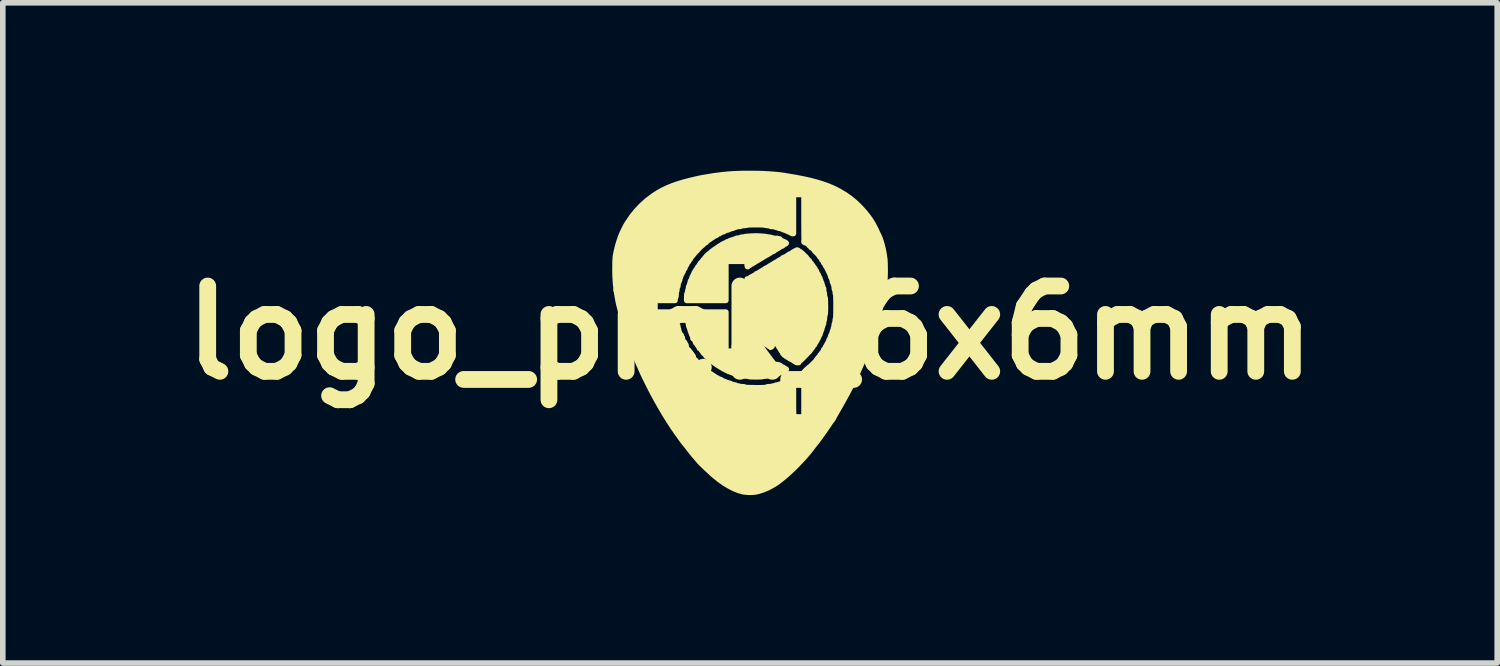
<source format=kicad_pcb>
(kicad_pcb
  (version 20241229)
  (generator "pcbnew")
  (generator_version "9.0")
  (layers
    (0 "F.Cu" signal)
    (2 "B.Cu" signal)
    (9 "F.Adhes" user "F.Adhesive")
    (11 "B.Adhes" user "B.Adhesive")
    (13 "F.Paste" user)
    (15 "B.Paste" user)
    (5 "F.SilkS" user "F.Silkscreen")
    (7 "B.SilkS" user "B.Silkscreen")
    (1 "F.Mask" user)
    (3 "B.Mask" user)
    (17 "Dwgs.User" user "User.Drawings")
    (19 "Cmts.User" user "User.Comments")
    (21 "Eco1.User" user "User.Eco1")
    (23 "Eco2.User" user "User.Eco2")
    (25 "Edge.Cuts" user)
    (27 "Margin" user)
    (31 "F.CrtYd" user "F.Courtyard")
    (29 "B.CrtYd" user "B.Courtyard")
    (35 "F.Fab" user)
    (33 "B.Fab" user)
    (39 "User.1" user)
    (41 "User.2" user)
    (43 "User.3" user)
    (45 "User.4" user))
  (footprint "logo_pick_6x6mm"
    (layer "F.Cu")
    (at 10.349 2.894)
    (property "Reference" "logo_pick_6x6mm" (at 0 0 0) (layer "F.SilkS") (effects (font (size 1.524 1.524) (thickness 0.3))))
    (attr through_hole)
    (fp_poly (pts (xy -1.105 0.308) (xy -1.108 0.311) (xy -1.111 0.308) (xy -1.108 0.305) (xy -1.105 0.308)) (stroke (width 0.1) (type solid)) (fill yes) (layer "F.SilkS"))
    (fp_poly (pts (xy -1.048 0.378) (xy -1.051 0.381) (xy -1.054 0.378) (xy -1.051 0.375) (xy -1.048 0.378)) (stroke (width 0.1) (type solid)) (fill yes) (layer "F.SilkS"))
    (fp_poly (pts (xy -1.016 0.422) (xy -1.019 0.425) (xy -1.022 0.422) (xy -1.019 0.419) (xy -1.016 0.422)) (stroke (width 0.1) (type solid)) (fill yes) (layer "F.SilkS"))
    (fp_poly (pts (xy 0.972 -1.622) (xy 0.968 -1.619) (xy 0.965 -1.622) (xy 0.968 -1.626) (xy 0.972 -1.622)) (stroke (width 0.1) (type solid)) (fill yes) (layer "F.SilkS"))
    (fp_poly (pts (xy -1.208 0.099) (xy -1.209 0.099) (xy -1.212 0.099) (xy -1.213 0.095) (xy -1.211 0.09) (xy -1.209 0.091) (xy -1.208 0.099)) (stroke (width 0.1) (type solid)) (fill yes) (layer "F.SilkS"))
    (fp_poly (pts (xy -1.164 0.186) (xy -1.165 0.19) (xy -1.168 0.191) (xy -1.174 0.188) (xy -1.173 0.186) (xy -1.165 0.186) (xy -1.164 0.186)) (stroke (width 0.1) (type solid)) (fill yes) (layer "F.SilkS"))
    (fp_poly (pts (xy -1.144 0.226) (xy -1.145 0.226) (xy -1.149 0.226) (xy -1.149 0.222) (xy -1.147 0.217) (xy -1.145 0.218) (xy -1.144 0.226)) (stroke (width 0.1) (type solid)) (fill yes) (layer "F.SilkS"))
    (fp_poly (pts (xy -1.037 0.396) (xy -1.038 0.4) (xy -1.041 0.4) (xy -1.047 0.398) (xy -1.046 0.396) (xy -1.038 0.395) (xy -1.037 0.396)) (stroke (width 0.1) (type solid)) (fill yes) (layer "F.SilkS"))
    (fp_poly (pts (xy 0.531 -1.674) (xy 0.53 -1.671) (xy 0.527 -1.67) (xy 0.522 -1.672) (xy 0.523 -1.674) (xy 0.53 -1.675) (xy 0.531 -1.674)) (stroke (width 0.1) (type solid)) (fill yes) (layer "F.SilkS"))
    (fp_poly (pts (xy -1.228 0.048) (xy -1.229 0.051) (xy -1.234 0.057) (xy -1.235 0.057) (xy -1.238 0.052) (xy -1.238 0.051) (xy -1.233 0.045) (xy -1.232 0.044) (xy -1.228 0.048)) (stroke (width 0.1) (type solid)) (fill yes) (layer "F.SilkS"))
    (fp_poly (pts (xy -1.067 0.353) (xy -1.072 0.356) (xy -1.073 0.356) (xy -1.079 0.351) (xy -1.079 0.349) (xy -1.076 0.345) (xy -1.073 0.346) (xy -1.067 0.352) (xy -1.067 0.353)) (stroke (width 0.1) (type solid)) (fill yes) (layer "F.SilkS"))
    (fp_poly (pts (xy 0.648 0.654) (xy 0.643 0.66) (xy 0.638 0.66) (xy 0.63 0.664) (xy 0.629 0.667) (xy 0.623 0.673) (xy 0.613 0.677) (xy 0.601 0.682) (xy 0.597 0.686) (xy 0.591 0.69) (xy 0.578 0.692) (xy 0.575 0.692) (xy 0.558 0.695) (xy 0.55 0.702) (xy 0.542 0.71) (xy 0.534 0.711) (xy 0.523 0.714) (xy 0.521 0.718) (xy 0.515 0.722) (xy 0.501 0.724) (xy 0.496 0.724) (xy 0.477 0.726) (xy 0.464 0.731) (xy 0.462 0.732) (xy 0.451 0.738) (xy 0.433 0.742) (xy 0.432 0.742) (xy 0.416 0.745) (xy 0.408 0.749) (xy 0.407 0.75) (xy 0.4 0.753) (xy 0.385 0.755) (xy 0.378 0.756) (xy 0.355 0.758) (xy 0.333 0.763) (xy 0.329 0.764) (xy 0.311 0.769) (xy 0.287 0.773) (xy 0.267 0.774) (xy 0.245 0.776) (xy 0.23 0.778) (xy 0.223 0.782) (xy 0.217 0.783) (xy 0.199 0.785) (xy 0.172 0.786) (xy 0.138 0.787) (xy 0.101 0.787) (xy 0.063 0.787) (xy 0.03 0.786) (xy 0.005 0.785) (xy -0.011 0.784) (xy -0.016 0.782) (xy -0.016 0.782) (xy -0.021 0.779) (xy -0.035 0.776) (xy -0.056 0.774) (xy -0.067 0.773) (xy -0.093 0.771) (xy -0.114 0.768) (xy -0.126 0.764) (xy -0.128 0.763) (xy -0.139 0.759) (xy -0.157 0.756) (xy -0.166 0.756) (xy -0.184 0.754) (xy -0.195 0.751) (xy -0.197 0.749) (xy -0.202 0.745) (xy -0.216 0.743) (xy -0.218 0.743) (xy -0.237 0.74) (xy -0.251 0.734) (xy -0.266 0.727) (xy -0.284 0.724) (xy -0.298 0.722) (xy -0.305 0.718) (xy -0.305 0.718) (xy -0.31 0.713) (xy -0.319 0.711) (xy -0.336 0.707) (xy -0.346 0.702) (xy -0.362 0.694) (xy -0.373 0.692) (xy -0.384 0.69) (xy -0.387 0.686) (xy -0.392 0.68) (xy -0.396 0.679) (xy -0.408 0.677) (xy -0.424 0.67) (xy -0.439 0.661) (xy -0.449 0.654) (xy -0.45 0.652) (xy -0.457 0.648) (xy -0.463 0.648) (xy -0.477 0.643) (xy -0.483 0.638) (xy -0.493 0.63) (xy -0.499 0.629) (xy -0.507 0.625) (xy -0.508 0.623) (xy -0.513 0.617) (xy -0.524 0.613) (xy -0.536 0.608) (xy -0.54 0.603) (xy -0.545 0.598) (xy -0.549 0.597) (xy -0.558 0.594) (xy -0.559 0.591) (xy -0.564 0.586) (xy -0.575 0.582) (xy -0.587 0.576) (xy -0.591 0.571) (xy -0.595 0.565) (xy -0.597 0.565) (xy -0.607 0.561) (xy -0.613 0.557) (xy -0.63 0.543) (xy -0.64 0.536) (xy -0.647 0.533) (xy -0.647 0.533) (xy -0.654 0.53) (xy -0.654 0.528) (xy -0.659 0.522) (xy -0.671 0.513) (xy -0.674 0.512) (xy -0.688 0.502) (xy -0.707 0.485) (xy -0.727 0.466) (xy -0.73 0.463) (xy -0.748 0.446) (xy -0.763 0.433) (xy -0.773 0.426) (xy -0.774 0.425) (xy -0.781 0.421) (xy -0.781 0.418) (xy -0.785 0.411) (xy -0.796 0.397) (xy -0.812 0.381) (xy -0.813 0.38) (xy -0.829 0.364) (xy -0.84 0.35) (xy -0.845 0.342) (xy -0.845 0.342) (xy -0.849 0.333) (xy -0.859 0.321) (xy -0.86 0.32) (xy -0.871 0.309) (xy -0.876 0.302) (xy -0.876 0.301) (xy -0.881 0.293) (xy -0.891 0.284) (xy -0.901 0.279) (xy -0.901 0.279) (xy -0.907 0.274) (xy -0.908 0.266) (xy -0.913 0.252) (xy -0.923 0.238) (xy -0.924 0.238) (xy -0.935 0.225) (xy -0.94 0.214) (xy -0.94 0.213) (xy -0.943 0.204) (xy -0.946 0.203) (xy -0.952 0.198) (xy -0.953 0.194) (xy -0.958 0.185) (xy -0.962 0.184) (xy -0.97 0.179) (xy -0.972 0.168) (xy -0.974 0.156) (xy -0.978 0.152) (xy -0.983 0.147) (xy -0.984 0.14) (xy -0.988 0.127) (xy -0.994 0.123) (xy -1.001 0.114) (xy -1.003 0.104) (xy -1.005 0.092) (xy -1.009 0.089) (xy -1.013 0.094) (xy -1.012 0.098) (xy -1.012 0.107) (xy -1.015 0.108) (xy -1.019 0.102) (xy -1.019 0.088) (xy -1.019 0.086) (xy -1.019 0.068) (xy -1.024 0.06) (xy -1.025 0.059) (xy -1.033 0.051) (xy -1.035 0.041) (xy -1.037 0.029) (xy -1.041 0.025) (xy -1.046 0.02) (xy -1.048 0.01) (xy -1.052 -0.006) (xy -1.057 -0.015) (xy -1.064 -0.028) (xy -1.067 -0.045) (xy -1.067 -0.047) (xy -1.068 -0.062) (xy -1.072 -0.07) (xy -1.073 -0.07) (xy -1.078 -0.075) (xy -1.08 -0.085) (xy -1.083 -0.101) (xy -1.089 -0.11) (xy -1.096 -0.124) (xy -1.098 -0.145) (xy -1.099 -0.149) (xy -1.1 -0.166) (xy -1.102 -0.176) (xy -1.104 -0.178) (xy -1.108 -0.184) (xy -1.111 -0.198) (xy -1.113 -0.211) (xy -1.116 -0.23) (xy -1.12 -0.243) (xy -1.123 -0.246) (xy -1.127 -0.254) (xy -1.129 -0.274) (xy -1.13 -0.304) (xy -1.13 -0.309) (xy -1.13 -0.368) (xy -0.781 -0.368) (xy -0.432 -0.368) (xy -0.432 -0.019) (xy -0.432 0.33) (xy -0.241 0.33) (xy -0.051 0.33) (xy -0.051 0.289) (xy -0.051 0.267) (xy -0.049 0.254) (xy -0.045 0.249) (xy -0.038 0.248) (xy -0.035 0.248) (xy -0.022 0.251) (xy -0.019 0.257) (xy -0.014 0.265) (xy -0.003 0.267) (xy 0.009 0.269) (xy 0.013 0.272) (xy 0.018 0.278) (xy 0.03 0.287) (xy 0.035 0.289) (xy 0.049 0.298) (xy 0.057 0.305) (xy 0.057 0.306) (xy 0.062 0.311) (xy 0.066 0.311) (xy 0.078 0.315) (xy 0.084 0.319) (xy 0.097 0.329) (xy 0.113 0.338) (xy 0.127 0.344) (xy 0.135 0.345) (xy 0.136 0.345) (xy 0.139 0.346) (xy 0.14 0.351) (xy 0.145 0.36) (xy 0.156 0.362) (xy 0.168 0.364) (xy 0.171 0.368) (xy 0.177 0.374) (xy 0.187 0.378) (xy 0.199 0.383) (xy 0.203 0.388) (xy 0.208 0.393) (xy 0.21 0.394) (xy 0.22 0.398) (xy 0.226 0.402) (xy 0.242 0.416) (xy 0.253 0.423) (xy 0.26 0.425) (xy 0.26 0.425) (xy 0.265 0.431) (xy 0.267 0.441) (xy 0.265 0.453) (xy 0.26 0.457) (xy 0.254 0.463) (xy 0.25 0.473) (xy 0.245 0.485) (xy 0.241 0.489) (xy 0.236 0.494) (xy 0.235 0.501) (xy 0.231 0.513) (xy 0.225 0.517) (xy 0.218 0.525) (xy 0.216 0.536) (xy 0.216 0.552) (xy 0.286 0.552) (xy 0.314 0.553) (xy 0.337 0.554) (xy 0.351 0.556) (xy 0.356 0.558) (xy 0.362 0.56) (xy 0.378 0.563) (xy 0.402 0.565) (xy 0.432 0.567) (xy 0.436 0.567) (xy 0.47 0.569) (xy 0.496 0.572) (xy 0.513 0.575) (xy 0.52 0.578) (xy 0.527 0.584) (xy 0.531 0.584) (xy 0.539 0.587) (xy 0.54 0.589) (xy 0.545 0.595) (xy 0.557 0.603) (xy 0.572 0.611) (xy 0.585 0.616) (xy 0.587 0.616) (xy 0.596 0.621) (xy 0.599 0.626) (xy 0.606 0.632) (xy 0.61 0.632) (xy 0.615 0.633) (xy 0.616 0.638) (xy 0.621 0.646) (xy 0.632 0.648) (xy 0.644 0.65) (xy 0.648 0.654)) (stroke (width 0.1) (type solid)) (fill yes) (layer "F.SilkS"))
    (fp_poly (pts (xy 0.646 -1.601) (xy 0.644 -1.595) (xy 0.639 -1.594) (xy 0.63 -1.591) (xy 0.629 -1.587) (xy 0.623 -1.582) (xy 0.617 -1.581) (xy 0.605 -1.577) (xy 0.601 -1.571) (xy 0.595 -1.565) (xy 0.591 -1.565) (xy 0.585 -1.564) (xy 0.584 -1.559) (xy 0.579 -1.551) (xy 0.568 -1.549) (xy 0.556 -1.547) (xy 0.552 -1.543) (xy 0.547 -1.537) (xy 0.537 -1.533) (xy 0.525 -1.528) (xy 0.521 -1.523) (xy 0.516 -1.518) (xy 0.511 -1.518) (xy 0.503 -1.514) (xy 0.502 -1.511) (xy 0.496 -1.505) (xy 0.486 -1.501) (xy 0.474 -1.496) (xy 0.47 -1.492) (xy 0.465 -1.487) (xy 0.458 -1.486) (xy 0.446 -1.481) (xy 0.442 -1.476) (xy 0.434 -1.468) (xy 0.428 -1.467) (xy 0.422 -1.464) (xy 0.422 -1.46) (xy 0.42 -1.456) (xy 0.41 -1.454) (xy 0.398 -1.452) (xy 0.394 -1.448) (xy 0.388 -1.442) (xy 0.378 -1.438) (xy 0.366 -1.433) (xy 0.362 -1.428) (xy 0.357 -1.423) (xy 0.352 -1.422) (xy 0.344 -1.419) (xy 0.343 -1.416) (xy 0.339 -1.412) (xy 0.337 -1.413) (xy 0.331 -1.412) (xy 0.33 -1.41) (xy 0.325 -1.404) (xy 0.321 -1.403) (xy 0.312 -1.4) (xy 0.311 -1.397) (xy 0.306 -1.392) (xy 0.298 -1.391) (xy 0.286 -1.387) (xy 0.282 -1.381) (xy 0.276 -1.375) (xy 0.273 -1.375) (xy 0.265 -1.374) (xy 0.258 -1.368) (xy 0.247 -1.361) (xy 0.242 -1.359) (xy 0.235 -1.354) (xy 0.235 -1.353) (xy 0.23 -1.347) (xy 0.219 -1.342) (xy 0.207 -1.338) (xy 0.203 -1.333) (xy 0.198 -1.328) (xy 0.187 -1.325) (xy 0.175 -1.319) (xy 0.171 -1.314) (xy 0.166 -1.309) (xy 0.162 -1.308) (xy 0.153 -1.305) (xy 0.152 -1.302) (xy 0.147 -1.297) (xy 0.14 -1.295) (xy 0.127 -1.291) (xy 0.123 -1.286) (xy 0.114 -1.278) (xy 0.107 -1.276) (xy 0.097 -1.274) (xy 0.095 -1.27) (xy 0.09 -1.264) (xy 0.086 -1.264) (xy 0.077 -1.26) (xy 0.076 -1.257) (xy 0.071 -1.251) (xy 0.06 -1.247) (xy 0.048 -1.242) (xy 0.044 -1.238) (xy 0.039 -1.233) (xy 0.032 -1.232) (xy 0.019 -1.228) (xy 0.015 -1.222) (xy 0.007 -1.214) (xy 0.002 -1.213) (xy -0.006 -1.209) (xy -0.006 -1.206) (xy -0.012 -1.201) (xy -0.019 -1.2) (xy -0.031 -1.196) (xy -0.036 -1.191) (xy -0.041 -1.181) (xy -0.046 -1.183) (xy -0.049 -1.197) (xy -0.051 -1.22) (xy -0.051 -1.229) (xy -0.051 -1.276) (xy -0.241 -1.276) (xy -0.432 -1.276) (xy -0.432 -0.927) (xy -0.432 -0.578) (xy -0.781 -0.578) (xy -1.131 -0.578) (xy -1.13 -0.641) (xy -1.129 -0.674) (xy -1.126 -0.694) (xy -1.123 -0.704) (xy -1.121 -0.705) (xy -1.116 -0.711) (xy -1.113 -0.727) (xy -1.112 -0.735) (xy -1.11 -0.753) (xy -1.107 -0.765) (xy -1.105 -0.767) (xy -1.101 -0.774) (xy -1.099 -0.79) (xy -1.099 -0.798) (xy -1.096 -0.819) (xy -1.09 -0.834) (xy -1.089 -0.836) (xy -1.081 -0.85) (xy -1.079 -0.861) (xy -1.077 -0.873) (xy -1.073 -0.876) (xy -1.069 -0.882) (xy -1.067 -0.896) (xy -1.067 -0.902) (xy -1.065 -0.919) (xy -1.06 -0.927) (xy -1.057 -0.927) (xy -1.05 -0.933) (xy -1.048 -0.943) (xy -1.046 -0.955) (xy -1.041 -0.959) (xy -1.037 -0.964) (xy -1.035 -0.978) (xy -1.035 -0.98) (xy -1.032 -0.998) (xy -1.026 -1.006) (xy -1.018 -1.014) (xy -1.016 -1.022) (xy -1.013 -1.033) (xy -1.01 -1.035) (xy -1.005 -1.04) (xy -1.003 -1.05) (xy -1 -1.063) (xy -0.994 -1.069) (xy -0.986 -1.078) (xy -0.984 -1.086) (xy -0.982 -1.096) (xy -0.978 -1.099) (xy -0.972 -1.104) (xy -0.972 -1.108) (xy -0.968 -1.117) (xy -0.965 -1.118) (xy -0.959 -1.123) (xy -0.955 -1.133) (xy -0.95 -1.145) (xy -0.945 -1.149) (xy -0.94 -1.154) (xy -0.94 -1.156) (xy -0.936 -1.166) (xy -0.932 -1.172) (xy -0.917 -1.189) (xy -0.91 -1.199) (xy -0.908 -1.206) (xy -0.903 -1.213) (xy -0.899 -1.215) (xy -0.891 -1.224) (xy -0.889 -1.232) (xy -0.887 -1.241) (xy -0.883 -1.241) (xy -0.877 -1.242) (xy -0.876 -1.245) (xy -0.872 -1.253) (xy -0.862 -1.265) (xy -0.86 -1.266) (xy -0.85 -1.277) (xy -0.845 -1.285) (xy -0.845 -1.285) (xy -0.841 -1.294) (xy -0.832 -1.303) (xy -0.822 -1.31) (xy -0.818 -1.311) (xy -0.814 -1.313) (xy -0.813 -1.32) (xy -0.808 -1.332) (xy -0.797 -1.344) (xy -0.786 -1.354) (xy -0.781 -1.364) (xy -0.781 -1.364) (xy -0.777 -1.371) (xy -0.774 -1.372) (xy -0.763 -1.376) (xy -0.753 -1.387) (xy -0.749 -1.397) (xy -0.744 -1.403) (xy -0.742 -1.403) (xy -0.732 -1.407) (xy -0.727 -1.411) (xy -0.71 -1.426) (xy -0.7 -1.433) (xy -0.693 -1.435) (xy -0.692 -1.435) (xy -0.687 -1.44) (xy -0.686 -1.445) (xy -0.682 -1.453) (xy -0.679 -1.454) (xy -0.671 -1.458) (xy -0.658 -1.468) (xy -0.657 -1.47) (xy -0.643 -1.481) (xy -0.632 -1.486) (xy -0.632 -1.486) (xy -0.623 -1.489) (xy -0.622 -1.492) (xy -0.617 -1.498) (xy -0.615 -1.499) (xy -0.605 -1.502) (xy -0.6 -1.507) (xy -0.583 -1.521) (xy -0.573 -1.528) (xy -0.566 -1.53) (xy -0.565 -1.53) (xy -0.559 -1.535) (xy -0.559 -1.537) (xy -0.553 -1.543) (xy -0.543 -1.547) (xy -0.531 -1.552) (xy -0.527 -1.556) (xy -0.522 -1.561) (xy -0.518 -1.562) (xy -0.509 -1.565) (xy -0.508 -1.568) (xy -0.503 -1.574) (xy -0.492 -1.579) (xy -0.48 -1.583) (xy -0.476 -1.588) (xy -0.471 -1.592) (xy -0.46 -1.594) (xy -0.448 -1.596) (xy -0.445 -1.6) (xy -0.439 -1.606) (xy -0.429 -1.61) (xy -0.417 -1.615) (xy -0.413 -1.62) (xy -0.407 -1.624) (xy -0.397 -1.626) (xy -0.381 -1.629) (xy -0.372 -1.635) (xy -0.358 -1.643) (xy -0.35 -1.645) (xy -0.339 -1.647) (xy -0.337 -1.651) (xy -0.331 -1.655) (xy -0.317 -1.657) (xy -0.314 -1.657) (xy -0.3 -1.659) (xy -0.292 -1.663) (xy -0.292 -1.664) (xy -0.286 -1.668) (xy -0.272 -1.673) (xy -0.267 -1.674) (xy -0.251 -1.678) (xy -0.242 -1.682) (xy -0.241 -1.684) (xy -0.236 -1.687) (xy -0.221 -1.689) (xy -0.21 -1.689) (xy -0.19 -1.691) (xy -0.178 -1.694) (xy -0.176 -1.697) (xy -0.169 -1.701) (xy -0.153 -1.705) (xy -0.135 -1.707) (xy -0.114 -1.709) (xy -0.1 -1.712) (xy -0.095 -1.714) (xy -0.089 -1.716) (xy -0.073 -1.718) (xy -0.048 -1.72) (xy -0.018 -1.722) (xy 0.016 -1.725) (xy 0.052 -1.726) (xy 0.087 -1.728) (xy 0.102 -1.728) (xy 0.121 -1.728) (xy 0.146 -1.727) (xy 0.176 -1.726) (xy 0.207 -1.723) (xy 0.238 -1.721) (xy 0.264 -1.719) (xy 0.285 -1.716) (xy 0.297 -1.714) (xy 0.298 -1.714) (xy 0.304 -1.71) (xy 0.319 -1.708) (xy 0.329 -1.708) (xy 0.351 -1.706) (xy 0.372 -1.701) (xy 0.377 -1.699) (xy 0.396 -1.692) (xy 0.418 -1.689) (xy 0.419 -1.689) (xy 0.435 -1.687) (xy 0.445 -1.683) (xy 0.446 -1.682) (xy 0.451 -1.678) (xy 0.464 -1.68) (xy 0.469 -1.681) (xy 0.484 -1.685) (xy 0.489 -1.682) (xy 0.495 -1.67) (xy 0.508 -1.661) (xy 0.523 -1.657) (xy 0.536 -1.655) (xy 0.54 -1.652) (xy 0.545 -1.647) (xy 0.559 -1.643) (xy 0.562 -1.642) (xy 0.577 -1.638) (xy 0.584 -1.633) (xy 0.584 -1.632) (xy 0.59 -1.627) (xy 0.6 -1.626) (xy 0.612 -1.624) (xy 0.616 -1.62) (xy 0.621 -1.614) (xy 0.63 -1.612) (xy 0.641 -1.607) (xy 0.646 -1.601)) (stroke (width 0.1) (type solid)) (fill yes) (layer "F.SilkS"))
    (fp_poly (pts (xy 1.347 -0.469) (xy 1.347 -0.431) (xy 1.346 -0.396) (xy 1.345 -0.365) (xy 1.343 -0.341) (xy 1.341 -0.327) (xy 1.339 -0.323) (xy 1.336 -0.316) (xy 1.332 -0.299) (xy 1.33 -0.276) (xy 1.329 -0.268) (xy 1.327 -0.244) (xy 1.324 -0.226) (xy 1.321 -0.217) (xy 1.32 -0.216) (xy 1.317 -0.21) (xy 1.315 -0.196) (xy 1.314 -0.184) (xy 1.313 -0.166) (xy 1.31 -0.155) (xy 1.308 -0.152) (xy 1.303 -0.147) (xy 1.299 -0.133) (xy 1.298 -0.127) (xy 1.294 -0.111) (xy 1.29 -0.102) (xy 1.288 -0.102) (xy 1.285 -0.096) (xy 1.283 -0.082) (xy 1.283 -0.079) (xy 1.28 -0.061) (xy 1.274 -0.047) (xy 1.273 -0.047) (xy 1.266 -0.033) (xy 1.264 -0.022) (xy 1.261 -0.01) (xy 1.257 -0.006) (xy 1.253 -0.001) (xy 1.251 0.013) (xy 1.251 0.015) (xy 1.248 0.033) (xy 1.241 0.04) (xy 1.234 0.049) (xy 1.232 0.057) (xy 1.229 0.067) (xy 1.226 0.07) (xy 1.221 0.075) (xy 1.219 0.085) (xy 1.216 0.098) (xy 1.21 0.104) (xy 1.202 0.113) (xy 1.2 0.12) (xy 1.198 0.131) (xy 1.194 0.133) (xy 1.189 0.139) (xy 1.187 0.146) (xy 1.183 0.159) (xy 1.172 0.173) (xy 1.172 0.174) (xy 1.161 0.188) (xy 1.156 0.202) (xy 1.156 0.202) (xy 1.152 0.213) (xy 1.146 0.216) (xy 1.138 0.221) (xy 1.137 0.225) (xy 1.133 0.234) (xy 1.13 0.235) (xy 1.125 0.24) (xy 1.124 0.245) (xy 1.12 0.256) (xy 1.109 0.268) (xy 1.108 0.269) (xy 1.097 0.28) (xy 1.092 0.288) (xy 1.092 0.289) (xy 1.088 0.297) (xy 1.084 0.302) (xy 1.07 0.319) (xy 1.063 0.329) (xy 1.06 0.336) (xy 1.06 0.336) (xy 1.055 0.342) (xy 1.051 0.343) (xy 1.042 0.346) (xy 1.041 0.349) (xy 1.037 0.355) (xy 1.026 0.369) (xy 1.009 0.387) (xy 0.988 0.408) (xy 0.966 0.431) (xy 0.944 0.454) (xy 0.923 0.474) (xy 0.906 0.49) (xy 0.895 0.499) (xy 0.892 0.502) (xy 0.883 0.506) (xy 0.874 0.517) (xy 0.87 0.528) (xy 0.87 0.528) (xy 0.868 0.533) (xy 0.864 0.527) (xy 0.858 0.522) (xy 0.857 0.525) (xy 0.852 0.531) (xy 0.841 0.533) (xy 0.829 0.531) (xy 0.826 0.528) (xy 0.82 0.522) (xy 0.81 0.518) (xy 0.798 0.513) (xy 0.794 0.508) (xy 0.789 0.502) (xy 0.784 0.502) (xy 0.776 0.499) (xy 0.775 0.496) (xy 0.769 0.49) (xy 0.759 0.486) (xy 0.747 0.481) (xy 0.743 0.476) (xy 0.738 0.471) (xy 0.73 0.47) (xy 0.717 0.466) (xy 0.702 0.456) (xy 0.7 0.454) (xy 0.686 0.443) (xy 0.676 0.438) (xy 0.675 0.438) (xy 0.667 0.435) (xy 0.667 0.432) (xy 0.661 0.427) (xy 0.651 0.423) (xy 0.639 0.418) (xy 0.635 0.413) (xy 0.63 0.407) (xy 0.628 0.406) (xy 0.617 0.402) (xy 0.607 0.391) (xy 0.603 0.381) (xy 0.598 0.375) (xy 0.594 0.375) (xy 0.586 0.369) (xy 0.584 0.361) (xy 0.58 0.348) (xy 0.569 0.333) (xy 0.568 0.333) (xy 0.557 0.32) (xy 0.552 0.309) (xy 0.552 0.308) (xy 0.549 0.3) (xy 0.547 0.298) (xy 0.541 0.293) (xy 0.537 0.283) (xy 0.532 0.271) (xy 0.527 0.267) (xy 0.521 0.262) (xy 0.521 0.257) (xy 0.518 0.249) (xy 0.515 0.248) (xy 0.509 0.242) (xy 0.505 0.232) (xy 0.5 0.22) (xy 0.495 0.216) (xy 0.49 0.211) (xy 0.489 0.206) (xy 0.486 0.198) (xy 0.483 0.197) (xy 0.477 0.192) (xy 0.476 0.184) (xy 0.472 0.174) (xy 0.467 0.171) (xy 0.458 0.166) (xy 0.457 0.162) (xy 0.454 0.153) (xy 0.45 0.152) (xy 0.439 0.158) (xy 0.429 0.169) (xy 0.425 0.181) (xy 0.421 0.192) (xy 0.41 0.205) (xy 0.41 0.206) (xy 0.399 0.22) (xy 0.394 0.234) (xy 0.394 0.234) (xy 0.39 0.245) (xy 0.385 0.248) (xy 0.374 0.253) (xy 0.372 0.256) (xy 0.368 0.26) (xy 0.365 0.256) (xy 0.357 0.248) (xy 0.355 0.248) (xy 0.345 0.244) (xy 0.339 0.24) (xy 0.323 0.226) (xy 0.312 0.218) (xy 0.304 0.216) (xy 0.302 0.216) (xy 0.291 0.212) (xy 0.278 0.201) (xy 0.277 0.2) (xy 0.263 0.189) (xy 0.249 0.184) (xy 0.249 0.184) (xy 0.238 0.182) (xy 0.235 0.178) (xy 0.23 0.172) (xy 0.219 0.168) (xy 0.207 0.163) (xy 0.203 0.158) (xy 0.198 0.153) (xy 0.196 0.152) (xy 0.186 0.149) (xy 0.181 0.144) (xy 0.164 0.13) (xy 0.153 0.123) (xy 0.145 0.121) (xy 0.143 0.121) (xy 0.132 0.116) (xy 0.119 0.106) (xy 0.118 0.105) (xy 0.104 0.094) (xy 0.09 0.089) (xy 0.09 0.089) (xy 0.079 0.086) (xy 0.076 0.083) (xy 0.071 0.077) (xy 0.06 0.072) (xy 0.048 0.068) (xy 0.044 0.063) (xy 0.04 0.057) (xy 0.038 0.057) (xy 0.031 0.055) (xy 0.021 0.048) (xy 0.004 0.034) (xy 0.003 0.033) (xy -0.009 0.026) (xy -0.015 0.025) (xy -0.027 0.021) (xy -0.038 0.013) (xy -0.04 0.01) (xy -0.043 0.007) (xy -0.044 0.002) (xy -0.046 -0.006) (xy -0.047 -0.017) (xy -0.048 -0.032) (xy -0.049 -0.052) (xy -0.049 -0.078) (xy -0.05 -0.111) (xy -0.05 -0.152) (xy -0.051 -0.201) (xy -0.051 -0.26) (xy -0.051 -0.329) (xy -0.051 -0.409) (xy -0.051 -0.479) (xy -0.051 -0.959) (xy -0.035 -0.959) (xy -0.023 -0.961) (xy -0.019 -0.965) (xy -0.014 -0.971) (xy -0.003 -0.975) (xy 0.007 -0.98) (xy 0.009 -0.985) (xy 0.011 -0.989) (xy 0.019 -0.991) (xy 0.029 -0.993) (xy 0.032 -0.997) (xy 0.037 -1.003) (xy 0.048 -1.007) (xy 0.059 -1.012) (xy 0.064 -1.016) (xy 0.069 -1.02) (xy 0.082 -1.027) (xy 0.086 -1.029) (xy 0.1 -1.036) (xy 0.108 -1.044) (xy 0.108 -1.046) (xy 0.113 -1.052) (xy 0.124 -1.054) (xy 0.136 -1.056) (xy 0.14 -1.06) (xy 0.145 -1.066) (xy 0.156 -1.071) (xy 0.167 -1.075) (xy 0.171 -1.08) (xy 0.177 -1.085) (xy 0.181 -1.086) (xy 0.189 -1.089) (xy 0.191 -1.092) (xy 0.196 -1.098) (xy 0.206 -1.102) (xy 0.218 -1.107) (xy 0.222 -1.112) (xy 0.228 -1.117) (xy 0.235 -1.118) (xy 0.245 -1.12) (xy 0.248 -1.124) (xy 0.253 -1.13) (xy 0.257 -1.13) (xy 0.266 -1.135) (xy 0.267 -1.14) (xy 0.272 -1.147) (xy 0.283 -1.149) (xy 0.295 -1.151) (xy 0.298 -1.156) (xy 0.304 -1.162) (xy 0.314 -1.166) (xy 0.326 -1.171) (xy 0.33 -1.175) (xy 0.335 -1.18) (xy 0.34 -1.181) (xy 0.348 -1.184) (xy 0.349 -1.187) (xy 0.355 -1.193) (xy 0.365 -1.198) (xy 0.377 -1.202) (xy 0.381 -1.207) (xy 0.386 -1.212) (xy 0.394 -1.213) (xy 0.404 -1.216) (xy 0.406 -1.219) (xy 0.411 -1.225) (xy 0.415 -1.226) (xy 0.425 -1.231) (xy 0.428 -1.235) (xy 0.436 -1.243) (xy 0.444 -1.245) (xy 0.455 -1.247) (xy 0.457 -1.251) (xy 0.463 -1.257) (xy 0.473 -1.261) (xy 0.485 -1.266) (xy 0.489 -1.271) (xy 0.494 -1.276) (xy 0.498 -1.276) (xy 0.507 -1.28) (xy 0.508 -1.283) (xy 0.513 -1.289) (xy 0.524 -1.293) (xy 0.536 -1.298) (xy 0.54 -1.302) (xy 0.545 -1.307) (xy 0.552 -1.308) (xy 0.563 -1.311) (xy 0.565 -1.314) (xy 0.57 -1.32) (xy 0.575 -1.321) (xy 0.583 -1.326) (xy 0.584 -1.33) (xy 0.59 -1.338) (xy 0.6 -1.34) (xy 0.612 -1.342) (xy 0.616 -1.346) (xy 0.621 -1.352) (xy 0.625 -1.353) (xy 0.637 -1.357) (xy 0.643 -1.361) (xy 0.656 -1.37) (xy 0.665 -1.374) (xy 0.676 -1.38) (xy 0.679 -1.385) (xy 0.685 -1.39) (xy 0.689 -1.391) (xy 0.697 -1.394) (xy 0.699 -1.397) (xy 0.704 -1.403) (xy 0.708 -1.403) (xy 0.719 -1.406) (xy 0.733 -1.413) (xy 0.747 -1.422) (xy 0.755 -1.429) (xy 0.756 -1.43) (xy 0.761 -1.435) (xy 0.765 -1.435) (xy 0.774 -1.439) (xy 0.775 -1.441) (xy 0.78 -1.447) (xy 0.784 -1.448) (xy 0.796 -1.452) (xy 0.801 -1.456) (xy 0.813 -1.464) (xy 0.828 -1.472) (xy 0.84 -1.476) (xy 0.851 -1.475) (xy 0.863 -1.467) (xy 0.875 -1.456) (xy 0.886 -1.449) (xy 0.891 -1.448) (xy 0.9 -1.443) (xy 0.911 -1.432) (xy 0.92 -1.422) (xy 0.928 -1.42) (xy 0.928 -1.42) (xy 0.933 -1.418) (xy 0.933 -1.416) (xy 0.938 -1.405) (xy 0.949 -1.395) (xy 0.958 -1.391) (xy 0.965 -1.386) (xy 0.965 -1.384) (xy 0.969 -1.375) (xy 0.978 -1.364) (xy 0.987 -1.357) (xy 0.992 -1.356) (xy 0.997 -1.355) (xy 0.997 -1.352) (xy 1.001 -1.344) (xy 1.012 -1.331) (xy 1.019 -1.324) (xy 1.032 -1.31) (xy 1.04 -1.299) (xy 1.041 -1.296) (xy 1.047 -1.29) (xy 1.051 -1.289) (xy 1.059 -1.284) (xy 1.06 -1.276) (xy 1.063 -1.266) (xy 1.067 -1.264) (xy 1.072 -1.259) (xy 1.073 -1.254) (xy 1.078 -1.246) (xy 1.083 -1.245) (xy 1.091 -1.241) (xy 1.092 -1.238) (xy 1.094 -1.231) (xy 1.101 -1.221) (xy 1.115 -1.204) (xy 1.116 -1.204) (xy 1.123 -1.193) (xy 1.124 -1.188) (xy 1.128 -1.181) (xy 1.13 -1.181) (xy 1.135 -1.176) (xy 1.139 -1.165) (xy 1.144 -1.154) (xy 1.15 -1.153) (xy 1.155 -1.151) (xy 1.156 -1.146) (xy 1.16 -1.133) (xy 1.164 -1.127) (xy 1.178 -1.11) (xy 1.185 -1.099) (xy 1.187 -1.09) (xy 1.187 -1.086) (xy 1.19 -1.076) (xy 1.193 -1.073) (xy 1.199 -1.068) (xy 1.203 -1.057) (xy 1.208 -1.045) (xy 1.213 -1.041) (xy 1.218 -1.036) (xy 1.219 -1.026) (xy 1.221 -1.014) (xy 1.225 -1.01) (xy 1.23 -1.004) (xy 1.235 -0.994) (xy 1.24 -0.982) (xy 1.245 -0.978) (xy 1.249 -0.972) (xy 1.251 -0.959) (xy 1.251 -0.959) (xy 1.253 -0.945) (xy 1.257 -0.94) (xy 1.257 -0.94) (xy 1.262 -0.934) (xy 1.264 -0.924) (xy 1.267 -0.908) (xy 1.273 -0.899) (xy 1.28 -0.886) (xy 1.283 -0.87) (xy 1.284 -0.857) (xy 1.289 -0.851) (xy 1.289 -0.851) (xy 1.293 -0.845) (xy 1.295 -0.831) (xy 1.295 -0.826) (xy 1.297 -0.808) (xy 1.302 -0.801) (xy 1.305 -0.8) (xy 1.31 -0.797) (xy 1.313 -0.787) (xy 1.314 -0.766) (xy 1.314 -0.763) (xy 1.315 -0.742) (xy 1.318 -0.728) (xy 1.32 -0.723) (xy 1.324 -0.716) (xy 1.326 -0.7) (xy 1.328 -0.68) (xy 1.33 -0.656) (xy 1.334 -0.639) (xy 1.338 -0.632) (xy 1.34 -0.623) (xy 1.343 -0.604) (xy 1.344 -0.577) (xy 1.346 -0.544) (xy 1.346 -0.508) (xy 1.347 -0.469)) (stroke (width 0.1) (type solid)) (fill yes) (layer "F.SilkS"))
    (fp_poly (pts (xy 2.413 -1.147) (xy 2.413 -1.095) (xy 2.412 -1.043) (xy 2.411 -0.995) (xy 2.409 -0.953) (xy 2.407 -0.924) (xy 2.39 -0.785) (xy 2.367 -0.637) (xy 2.336 -0.485) (xy 2.3 -0.329) (xy 2.257 -0.172) (xy 2.209 -0.016) (xy 2.157 0.137) (xy 2.145 0.168) (xy 2.118 0.24) (xy 2.09 0.314) (xy 2.061 0.387) (xy 2.032 0.457) (xy 2.005 0.522) (xy 1.98 0.58) (xy 1.959 0.628) (xy 1.959 0.629) (xy 1.943 0.663) (xy 1.928 0.697) (xy 1.914 0.726) (xy 1.905 0.749) (xy 1.902 0.756) (xy 1.886 0.79) (xy 1.865 0.833) (xy 1.84 0.885) (xy 1.811 0.942) (xy 1.778 1.004) (xy 1.744 1.069) (xy 1.708 1.136) (xy 1.671 1.202) (xy 1.636 1.266) (xy 1.601 1.327) (xy 1.582 1.359) (xy 1.56 1.398) (xy 1.548 1.419) (xy 1.548 -0.48) (xy 1.547 -0.48) (xy 1.544 -0.48) (xy 1.543 -0.476) (xy 1.545 -0.471) (xy 1.547 -0.472) (xy 1.548 -0.48) (xy 1.548 1.419) (xy 1.539 1.435) (xy 1.537 1.438) (xy 1.537 -0.473) (xy 1.537 -0.537) (xy 1.536 -0.59) (xy 1.535 -0.632) (xy 1.534 -0.662) (xy 1.532 -0.68) (xy 1.53 -0.686) (xy 1.527 -0.692) (xy 1.525 -0.706) (xy 1.524 -0.72) (xy 1.522 -0.747) (xy 1.516 -0.763) (xy 1.514 -0.764) (xy 1.508 -0.779) (xy 1.505 -0.804) (xy 1.505 -0.809) (xy 1.504 -0.828) (xy 1.501 -0.841) (xy 1.499 -0.845) (xy 1.495 -0.85) (xy 1.492 -0.864) (xy 1.492 -0.87) (xy 1.491 -0.888) (xy 1.485 -0.895) (xy 1.483 -0.895) (xy 1.476 -0.9) (xy 1.473 -0.913) (xy 1.473 -0.921) (xy 1.472 -0.937) (xy 1.468 -0.946) (xy 1.467 -0.946) (xy 1.463 -0.952) (xy 1.461 -0.965) (xy 1.46 -0.968) (xy 1.458 -0.985) (xy 1.452 -0.991) (xy 1.451 -0.991) (xy 1.444 -0.995) (xy 1.441 -1.011) (xy 1.441 -1.013) (xy 1.44 -1.028) (xy 1.436 -1.035) (xy 1.435 -1.035) (xy 1.43 -1.04) (xy 1.429 -1.051) (xy 1.425 -1.065) (xy 1.419 -1.071) (xy 1.412 -1.079) (xy 1.41 -1.09) (xy 1.407 -1.101) (xy 1.403 -1.105) (xy 1.398 -1.11) (xy 1.397 -1.118) (xy 1.393 -1.13) (xy 1.387 -1.134) (xy 1.38 -1.143) (xy 1.378 -1.15) (xy 1.377 -1.16) (xy 1.371 -1.17) (xy 1.359 -1.184) (xy 1.354 -1.19) (xy 1.347 -1.203) (xy 1.346 -1.209) (xy 1.343 -1.218) (xy 1.34 -1.219) (xy 1.335 -1.225) (xy 1.333 -1.232) (xy 1.33 -1.242) (xy 1.324 -1.245) (xy 1.316 -1.25) (xy 1.314 -1.26) (xy 1.312 -1.272) (xy 1.308 -1.276) (xy 1.302 -1.281) (xy 1.302 -1.286) (xy 1.297 -1.294) (xy 1.292 -1.295) (xy 1.284 -1.301) (xy 1.283 -1.309) (xy 1.278 -1.321) (xy 1.267 -1.336) (xy 1.26 -1.343) (xy 1.247 -1.356) (xy 1.239 -1.367) (xy 1.238 -1.37) (xy 1.234 -1.379) (xy 1.224 -1.392) (xy 1.222 -1.393) (xy 1.212 -1.406) (xy 1.207 -1.415) (xy 1.206 -1.416) (xy 1.201 -1.422) (xy 1.197 -1.422) (xy 1.189 -1.426) (xy 1.187 -1.429) (xy 1.183 -1.44) (xy 1.172 -1.45) (xy 1.163 -1.454) (xy 1.156 -1.459) (xy 1.156 -1.461) (xy 1.152 -1.471) (xy 1.148 -1.476) (xy 1.138 -1.486) (xy 1.126 -1.5) (xy 1.126 -1.501) (xy 1.113 -1.512) (xy 1.103 -1.518) (xy 1.102 -1.518) (xy 1.093 -1.521) (xy 1.092 -1.524) (xy 1.087 -1.535) (xy 1.077 -1.545) (xy 1.067 -1.549) (xy 1.061 -1.554) (xy 1.06 -1.556) (xy 1.056 -1.566) (xy 1.047 -1.576) (xy 1.038 -1.581) (xy 1.038 -1.581) (xy 1.032 -1.586) (xy 1.022 -1.597) (xy 1.021 -1.597) (xy 1.008 -1.609) (xy 0.995 -1.61) (xy 0.995 -1.61) (xy 0.986 -1.608) (xy 0.989 -1.611) (xy 0.99 -1.612) (xy 0.994 -1.618) (xy 0.99 -1.626) (xy 0.986 -1.631) (xy 0.975 -1.639) (xy 0.969 -1.64) (xy 0.968 -1.645) (xy 0.968 -1.663) (xy 0.967 -1.69) (xy 0.967 -1.728) (xy 0.966 -1.774) (xy 0.966 -1.827) (xy 0.966 -1.887) (xy 0.965 -1.953) (xy 0.965 -2.022) (xy 0.965 -2.053) (xy 0.965 -2.471) (xy 0.87 -2.47) (xy 0.775 -2.469) (xy 0.775 -2.12) (xy 0.775 -1.772) (xy 0.759 -1.772) (xy 0.747 -1.774) (xy 0.743 -1.778) (xy 0.738 -1.784) (xy 0.727 -1.788) (xy 0.715 -1.793) (xy 0.711 -1.798) (xy 0.706 -1.802) (xy 0.695 -1.803) (xy 0.683 -1.805) (xy 0.679 -1.809) (xy 0.674 -1.815) (xy 0.66 -1.819) (xy 0.657 -1.82) (xy 0.643 -1.824) (xy 0.635 -1.829) (xy 0.635 -1.83) (xy 0.63 -1.834) (xy 0.619 -1.835) (xy 0.602 -1.839) (xy 0.593 -1.845) (xy 0.579 -1.852) (xy 0.568 -1.854) (xy 0.556 -1.856) (xy 0.552 -1.861) (xy 0.547 -1.865) (xy 0.533 -1.867) (xy 0.527 -1.867) (xy 0.511 -1.868) (xy 0.502 -1.872) (xy 0.502 -1.873) (xy 0.496 -1.877) (xy 0.482 -1.882) (xy 0.473 -1.883) (xy 0.455 -1.887) (xy 0.443 -1.891) (xy 0.441 -1.893) (xy 0.433 -1.896) (xy 0.417 -1.898) (xy 0.4 -1.899) (xy 0.377 -1.9) (xy 0.363 -1.903) (xy 0.36 -1.906) (xy 0.353 -1.911) (xy 0.335 -1.914) (xy 0.314 -1.916) (xy 0.291 -1.918) (xy 0.273 -1.921) (xy 0.264 -1.925) (xy 0.264 -1.925) (xy 0.256 -1.926) (xy 0.238 -1.928) (xy 0.212 -1.929) (xy 0.179 -1.93) (xy 0.143 -1.93) (xy 0.104 -1.93) (xy 0.066 -1.93) (xy 0.03 -1.93) (xy -0.002 -1.929) (xy -0.027 -1.928) (xy -0.044 -1.927) (xy -0.051 -1.925) (xy -0.051 -1.925) (xy -0.057 -1.922) (xy -0.072 -1.919) (xy -0.095 -1.917) (xy -0.106 -1.916) (xy -0.132 -1.914) (xy -0.152 -1.91) (xy -0.163 -1.907) (xy -0.164 -1.906) (xy -0.171 -1.902) (xy -0.188 -1.899) (xy -0.204 -1.899) (xy -0.224 -1.898) (xy -0.237 -1.896) (xy -0.241 -1.893) (xy -0.247 -1.889) (xy -0.261 -1.885) (xy -0.267 -1.884) (xy -0.283 -1.88) (xy -0.291 -1.875) (xy -0.292 -1.873) (xy -0.298 -1.869) (xy -0.311 -1.867) (xy -0.314 -1.867) (xy -0.329 -1.866) (xy -0.336 -1.862) (xy -0.337 -1.861) (xy -0.342 -1.857) (xy -0.356 -1.853) (xy -0.362 -1.852) (xy -0.378 -1.848) (xy -0.387 -1.843) (xy -0.387 -1.841) (xy -0.393 -1.837) (xy -0.407 -1.835) (xy -0.409 -1.835) (xy -0.424 -1.833) (xy -0.433 -1.829) (xy -0.433 -1.829) (xy -0.44 -1.823) (xy -0.449 -1.821) (xy -0.46 -1.817) (xy -0.464 -1.812) (xy -0.469 -1.806) (xy -0.485 -1.803) (xy -0.486 -1.803) (xy -0.5 -1.802) (xy -0.508 -1.798) (xy -0.508 -1.798) (xy -0.513 -1.792) (xy -0.524 -1.788) (xy -0.536 -1.783) (xy -0.54 -1.778) (xy -0.545 -1.772) (xy -0.548 -1.772) (xy -0.562 -1.769) (xy -0.577 -1.762) (xy -0.588 -1.753) (xy -0.591 -1.748) (xy -0.596 -1.742) (xy -0.606 -1.74) (xy -0.618 -1.738) (xy -0.622 -1.734) (xy -0.628 -1.729) (xy -0.638 -1.725) (xy -0.65 -1.719) (xy -0.654 -1.714) (xy -0.659 -1.709) (xy -0.664 -1.708) (xy -0.672 -1.705) (xy -0.673 -1.702) (xy -0.678 -1.696) (xy -0.687 -1.692) (xy -0.703 -1.683) (xy -0.711 -1.676) (xy -0.725 -1.666) (xy -0.735 -1.661) (xy -0.746 -1.655) (xy -0.749 -1.651) (xy -0.754 -1.645) (xy -0.756 -1.645) (xy -0.767 -1.64) (xy -0.777 -1.629) (xy -0.781 -1.62) (xy -0.786 -1.613) (xy -0.788 -1.613) (xy -0.795 -1.611) (xy -0.805 -1.604) (xy -0.821 -1.59) (xy -0.822 -1.589) (xy -0.833 -1.582) (xy -0.838 -1.581) (xy -0.844 -1.576) (xy -0.845 -1.572) (xy -0.848 -1.563) (xy -0.851 -1.562) (xy -0.858 -1.558) (xy -0.872 -1.547) (xy -0.888 -1.531) (xy -0.906 -1.513) (xy -0.922 -1.496) (xy -0.934 -1.482) (xy -0.94 -1.474) (xy -0.94 -1.473) (xy -0.943 -1.469) (xy -0.945 -1.469) (xy -0.952 -1.467) (xy -0.962 -1.459) (xy -0.969 -1.448) (xy -0.972 -1.441) (xy -0.976 -1.435) (xy -0.978 -1.435) (xy -0.99 -1.43) (xy -1 -1.418) (xy -1.003 -1.407) (xy -1.006 -1.4) (xy -1.009 -1.4) (xy -1.015 -1.398) (xy -1.019 -1.391) (xy -1.025 -1.38) (xy -1.029 -1.378) (xy -1.035 -1.373) (xy -1.035 -1.371) (xy -1.039 -1.363) (xy -1.05 -1.351) (xy -1.051 -1.35) (xy -1.062 -1.336) (xy -1.067 -1.322) (xy -1.067 -1.322) (xy -1.071 -1.311) (xy -1.076 -1.308) (xy -1.085 -1.303) (xy -1.086 -1.298) (xy -1.089 -1.292) (xy -1.092 -1.292) (xy -1.097 -1.29) (xy -1.099 -1.28) (xy -1.101 -1.268) (xy -1.106 -1.264) (xy -1.114 -1.258) (xy -1.123 -1.246) (xy -1.129 -1.23) (xy -1.13 -1.221) (xy -1.134 -1.214) (xy -1.137 -1.213) (xy -1.143 -1.207) (xy -1.147 -1.197) (xy -1.152 -1.185) (xy -1.156 -1.181) (xy -1.161 -1.176) (xy -1.162 -1.165) (xy -1.165 -1.152) (xy -1.172 -1.149) (xy -1.179 -1.144) (xy -1.181 -1.137) (xy -1.184 -1.126) (xy -1.187 -1.124) (xy -1.192 -1.118) (xy -1.194 -1.105) (xy -1.194 -1.105) (xy -1.197 -1.09) (xy -1.203 -1.086) (xy -1.211 -1.08) (xy -1.213 -1.07) (xy -1.215 -1.058) (xy -1.219 -1.054) (xy -1.224 -1.049) (xy -1.226 -1.041) (xy -1.23 -1.026) (xy -1.235 -1.018) (xy -1.243 -1.005) (xy -1.245 -0.993) (xy -1.247 -0.982) (xy -1.251 -0.978) (xy -1.255 -0.972) (xy -1.257 -0.958) (xy -1.257 -0.953) (xy -1.259 -0.935) (xy -1.264 -0.928) (xy -1.267 -0.927) (xy -1.274 -0.922) (xy -1.276 -0.907) (xy -1.276 -0.905) (xy -1.278 -0.89) (xy -1.282 -0.883) (xy -1.283 -0.883) (xy -1.286 -0.877) (xy -1.289 -0.862) (xy -1.289 -0.851) (xy -1.29 -0.832) (xy -1.294 -0.82) (xy -1.296 -0.818) (xy -1.301 -0.81) (xy -1.305 -0.794) (xy -1.307 -0.776) (xy -1.309 -0.755) (xy -1.312 -0.741) (xy -1.315 -0.737) (xy -1.318 -0.731) (xy -1.32 -0.715) (xy -1.321 -0.693) (xy -1.321 -0.689) (xy -1.322 -0.666) (xy -1.323 -0.649) (xy -1.326 -0.642) (xy -1.327 -0.641) (xy -1.331 -0.636) (xy -1.335 -0.621) (xy -1.337 -0.61) (xy -1.341 -0.578) (xy -1.52 -0.578) (xy -1.699 -0.578) (xy -1.699 -0.473) (xy -1.699 -0.368) (xy -1.52 -0.368) (xy -1.341 -0.368) (xy -1.337 -0.337) (xy -1.333 -0.318) (xy -1.329 -0.307) (xy -1.327 -0.305) (xy -1.324 -0.299) (xy -1.322 -0.284) (xy -1.321 -0.262) (xy -1.321 -0.258) (xy -1.32 -0.235) (xy -1.318 -0.216) (xy -1.315 -0.206) (xy -1.315 -0.206) (xy -1.311 -0.197) (xy -1.308 -0.179) (xy -1.307 -0.167) (xy -1.305 -0.145) (xy -1.3 -0.132) (xy -1.297 -0.131) (xy -1.292 -0.122) (xy -1.289 -0.103) (xy -1.289 -0.099) (xy -1.288 -0.082) (xy -1.285 -0.071) (xy -1.283 -0.07) (xy -1.279 -0.064) (xy -1.276 -0.05) (xy -1.276 -0.047) (xy -1.274 -0.028) (xy -1.268 -0.014) (xy -1.267 -0.013) (xy -1.26 0.001) (xy -1.256 0.017) (xy -1.254 0.03) (xy -1.25 0.034) (xy -1.25 0.034) (xy -1.246 0.037) (xy -1.245 0.049) (xy -1.245 0.051) (xy -1.242 0.066) (xy -1.235 0.074) (xy -1.228 0.082) (xy -1.226 0.093) (xy -1.223 0.104) (xy -1.219 0.108) (xy -1.214 0.113) (xy -1.213 0.122) (xy -1.209 0.142) (xy -1.197 0.152) (xy -1.191 0.153) (xy -1.18 0.159) (xy -1.177 0.164) (xy -1.178 0.167) (xy -1.179 0.165) (xy -1.186 0.159) (xy -1.192 0.163) (xy -1.194 0.171) (xy -1.191 0.182) (xy -1.188 0.184) (xy -1.183 0.19) (xy -1.178 0.2) (xy -1.173 0.212) (xy -1.168 0.216) (xy -1.163 0.221) (xy -1.162 0.225) (xy -1.159 0.234) (xy -1.156 0.235) (xy -1.151 0.24) (xy -1.149 0.248) (xy -1.145 0.26) (xy -1.14 0.264) (xy -1.132 0.273) (xy -1.13 0.281) (xy -1.126 0.294) (xy -1.115 0.308) (xy -1.101 0.32) (xy -1.09 0.324) (xy -1.088 0.327) (xy -1.092 0.331) (xy -1.098 0.337) (xy -1.094 0.341) (xy -1.086 0.349) (xy -1.086 0.353) (xy -1.081 0.361) (xy -1.076 0.362) (xy -1.069 0.367) (xy -1.067 0.375) (xy -1.063 0.389) (xy -1.053 0.403) (xy -1.041 0.412) (xy -1.037 0.413) (xy -1.032 0.417) (xy -1.033 0.422) (xy -1.031 0.433) (xy -1.019 0.449) (xy -1.014 0.454) (xy -1 0.468) (xy -0.992 0.479) (xy -0.991 0.482) (xy -0.985 0.488) (xy -0.981 0.489) (xy -0.973 0.493) (xy -0.972 0.496) (xy -0.967 0.507) (xy -0.956 0.517) (xy -0.947 0.521) (xy -0.94 0.526) (xy -0.94 0.528) (xy -0.935 0.538) (xy -0.924 0.549) (xy -0.915 0.552) (xy -0.908 0.557) (xy -0.908 0.559) (xy -0.903 0.57) (xy -0.893 0.58) (xy -0.883 0.584) (xy -0.877 0.589) (xy -0.876 0.591) (xy -0.871 0.602) (xy -0.861 0.612) (xy -0.851 0.616) (xy -0.845 0.621) (xy -0.845 0.623) (xy -0.84 0.632) (xy -0.831 0.642) (xy -0.823 0.648) (xy -0.823 0.648) (xy -0.816 0.652) (xy -0.804 0.661) (xy -0.801 0.664) (xy -0.789 0.674) (xy -0.78 0.679) (xy -0.779 0.679) (xy -0.772 0.684) (xy -0.761 0.694) (xy -0.759 0.695) (xy -0.748 0.706) (xy -0.741 0.711) (xy -0.74 0.711) (xy -0.734 0.714) (xy -0.722 0.723) (xy -0.708 0.735) (xy -0.697 0.742) (xy -0.693 0.743) (xy -0.686 0.747) (xy -0.686 0.749) (xy -0.68 0.755) (xy -0.67 0.759) (xy -0.658 0.764) (xy -0.654 0.769) (xy -0.649 0.775) (xy -0.647 0.775) (xy -0.641 0.777) (xy -0.63 0.784) (xy -0.614 0.798) (xy -0.613 0.799) (xy -0.599 0.805) (xy -0.592 0.806) (xy -0.58 0.811) (xy -0.575 0.816) (xy -0.569 0.823) (xy -0.566 0.823) (xy -0.557 0.824) (xy -0.55 0.829) (xy -0.536 0.837) (xy -0.528 0.838) (xy -0.517 0.84) (xy -0.514 0.844) (xy -0.509 0.849) (xy -0.498 0.854) (xy -0.487 0.859) (xy -0.483 0.864) (xy -0.477 0.868) (xy -0.466 0.87) (xy -0.45 0.874) (xy -0.44 0.879) (xy -0.427 0.887) (xy -0.415 0.889) (xy -0.404 0.891) (xy -0.4 0.895) (xy -0.394 0.9) (xy -0.381 0.902) (xy -0.378 0.902) (xy -0.363 0.903) (xy -0.356 0.907) (xy -0.356 0.908) (xy -0.35 0.913) (xy -0.336 0.917) (xy -0.333 0.918) (xy -0.318 0.922) (xy -0.308 0.927) (xy -0.308 0.928) (xy -0.299 0.932) (xy -0.284 0.933) (xy -0.282 0.933) (xy -0.264 0.936) (xy -0.251 0.942) (xy -0.25 0.943) (xy -0.238 0.949) (xy -0.219 0.952) (xy -0.215 0.953) (xy -0.2 0.954) (xy -0.191 0.958) (xy -0.191 0.959) (xy -0.185 0.962) (xy -0.169 0.964) (xy -0.145 0.965) (xy -0.143 0.965) (xy -0.115 0.966) (xy -0.099 0.969) (xy -0.094 0.973) (xy -0.09 0.976) (xy -0.078 0.978) (xy -0.059 0.98) (xy -0.03 0.981) (xy 0.009 0.982) (xy 0.059 0.983) (xy 0.067 0.983) (xy 0.137 0.984) (xy 0.195 0.984) (xy 0.24 0.982) (xy 0.273 0.98) (xy 0.294 0.977) (xy 0.302 0.973) (xy 0.301 0.971) (xy 0.305 0.968) (xy 0.32 0.966) (xy 0.342 0.965) (xy 0.346 0.965) (xy 0.37 0.964) (xy 0.387 0.962) (xy 0.394 0.959) (xy 0.394 0.959) (xy 0.399 0.955) (xy 0.413 0.953) (xy 0.419 0.953) (xy 0.437 0.95) (xy 0.451 0.944) (xy 0.453 0.943) (xy 0.466 0.936) (xy 0.488 0.934) (xy 0.492 0.933) (xy 0.509 0.932) (xy 0.519 0.929) (xy 0.521 0.927) (xy 0.526 0.922) (xy 0.536 0.921) (xy 0.552 0.917) (xy 0.561 0.911) (xy 0.575 0.903) (xy 0.585 0.902) (xy 0.599 0.899) (xy 0.616 0.894) (xy 0.633 0.886) (xy 0.645 0.879) (xy 0.648 0.875) (xy 0.653 0.871) (xy 0.664 0.87) (xy 0.676 0.868) (xy 0.679 0.864) (xy 0.685 0.859) (xy 0.695 0.857) (xy 0.711 0.853) (xy 0.72 0.848) (xy 0.734 0.84) (xy 0.742 0.838) (xy 0.753 0.836) (xy 0.756 0.832) (xy 0.761 0.826) (xy 0.765 0.826) (xy 0.767 0.827) (xy 0.769 0.831) (xy 0.771 0.839) (xy 0.772 0.852) (xy 0.773 0.872) (xy 0.773 0.898) (xy 0.774 0.932) (xy 0.774 0.975) (xy 0.775 1.027) (xy 0.775 1.091) (xy 0.775 1.165) (xy 0.775 1.249) (xy 0.775 1.321) (xy 0.776 1.382) (xy 0.777 1.431) (xy 0.778 1.467) (xy 0.779 1.492) (xy 0.78 1.504) (xy 0.781 1.505) (xy 0.787 1.5) (xy 0.788 1.497) (xy 0.789 1.492) (xy 0.792 1.497) (xy 0.797 1.501) (xy 0.811 1.503) (xy 0.834 1.504) (xy 0.869 1.505) (xy 0.88 1.505) (xy 0.965 1.505) (xy 0.965 1.105) (xy 0.965 0.705) (xy 1 0.67) (xy 1.017 0.654) (xy 1.032 0.641) (xy 1.041 0.635) (xy 1.041 0.635) (xy 1.047 0.63) (xy 1.048 0.628) (xy 1.05 0.623) (xy 1.052 0.624) (xy 1.057 0.621) (xy 1.069 0.611) (xy 1.087 0.595) (xy 1.107 0.576) (xy 1.128 0.555) (xy 1.149 0.534) (xy 1.167 0.515) (xy 1.18 0.5) (xy 1.187 0.49) (xy 1.187 0.489) (xy 1.192 0.48) (xy 1.202 0.468) (xy 1.203 0.467) (xy 1.214 0.455) (xy 1.219 0.446) (xy 1.219 0.445) (xy 1.224 0.439) (xy 1.226 0.438) (xy 1.238 0.433) (xy 1.248 0.42) (xy 1.251 0.407) (xy 1.255 0.396) (xy 1.26 0.394) (xy 1.269 0.389) (xy 1.27 0.384) (xy 1.273 0.376) (xy 1.276 0.375) (xy 1.282 0.37) (xy 1.283 0.368) (xy 1.285 0.361) (xy 1.292 0.351) (xy 1.306 0.334) (xy 1.307 0.334) (xy 1.313 0.32) (xy 1.314 0.312) (xy 1.318 0.301) (xy 1.324 0.298) (xy 1.332 0.293) (xy 1.333 0.289) (xy 1.337 0.28) (xy 1.34 0.279) (xy 1.345 0.274) (xy 1.346 0.264) (xy 1.35 0.251) (xy 1.356 0.248) (xy 1.364 0.242) (xy 1.365 0.235) (xy 1.368 0.223) (xy 1.372 0.219) (xy 1.377 0.21) (xy 1.378 0.204) (xy 1.383 0.192) (xy 1.387 0.188) (xy 1.395 0.18) (xy 1.397 0.172) (xy 1.4 0.161) (xy 1.403 0.159) (xy 1.408 0.153) (xy 1.41 0.14) (xy 1.41 0.14) (xy 1.413 0.125) (xy 1.419 0.121) (xy 1.427 0.115) (xy 1.429 0.105) (xy 1.431 0.093) (xy 1.435 0.089) (xy 1.439 0.083) (xy 1.441 0.07) (xy 1.441 0.067) (xy 1.444 0.05) (xy 1.45 0.044) (xy 1.451 0.044) (xy 1.459 0.039) (xy 1.46 0.025) (xy 1.462 0.012) (xy 1.467 0.006) (xy 1.467 0.006) (xy 1.471 0.001) (xy 1.473 -0.013) (xy 1.473 -0.015) (xy 1.475 -0.031) (xy 1.48 -0.039) (xy 1.48 -0.039) (xy 1.485 -0.047) (xy 1.489 -0.062) (xy 1.491 -0.072) (xy 1.494 -0.089) (xy 1.497 -0.1) (xy 1.499 -0.102) (xy 1.503 -0.107) (xy 1.505 -0.122) (xy 1.505 -0.133) (xy 1.506 -0.152) (xy 1.51 -0.164) (xy 1.512 -0.166) (xy 1.516 -0.173) (xy 1.52 -0.19) (xy 1.522 -0.212) (xy 1.522 -0.215) (xy 1.525 -0.237) (xy 1.528 -0.253) (xy 1.531 -0.26) (xy 1.531 -0.26) (xy 1.533 -0.266) (xy 1.534 -0.284) (xy 1.535 -0.311) (xy 1.536 -0.346) (xy 1.536 -0.388) (xy 1.537 -0.436) (xy 1.537 -0.473) (xy 1.537 1.438) (xy 1.52 1.468) (xy 1.505 1.495) (xy 1.495 1.514) (xy 1.491 1.522) (xy 1.482 1.539) (xy 1.473 1.553) (xy 1.47 1.555) (xy 1.464 1.563) (xy 1.451 1.58) (xy 1.435 1.602) (xy 1.417 1.629) (xy 1.412 1.637) (xy 1.387 1.674) (xy 1.358 1.716) (xy 1.328 1.759) (xy 1.298 1.802) (xy 1.268 1.844) (xy 1.24 1.883) (xy 1.215 1.917) (xy 1.195 1.944) (xy 1.18 1.963) (xy 1.178 1.965) (xy 1.163 1.983) (xy 1.144 2.008) (xy 1.122 2.036) (xy 1.103 2.061) (xy 1.046 2.134) (xy 0.981 2.21) (xy 0.911 2.287) (xy 0.837 2.364) (xy 0.763 2.438) (xy 0.689 2.507) (xy 0.619 2.568) (xy 0.591 2.591) (xy 0.554 2.62) (xy 0.526 2.642) (xy 0.503 2.66) (xy 0.483 2.674) (xy 0.464 2.687) (xy 0.444 2.7) (xy 0.42 2.714) (xy 0.391 2.731) (xy 0.383 2.736) (xy 0.311 2.773) (xy 0.234 2.805) (xy 0.157 2.83) (xy 0.111 2.841) (xy 0.065 2.848) (xy 0.012 2.85) (xy -0.043 2.849) (xy -0.096 2.844) (xy -0.127 2.839) (xy -0.202 2.818) (xy -0.282 2.786) (xy -0.365 2.744) (xy -0.45 2.694) (xy -0.536 2.634) (xy -0.615 2.572) (xy -0.642 2.549) (xy -0.673 2.522) (xy -0.708 2.49) (xy -0.745 2.456) (xy -0.782 2.421) (xy -0.817 2.388) (xy -0.85 2.356) (xy -0.877 2.329) (xy -0.899 2.307) (xy -0.912 2.292) (xy -0.923 2.279) (xy -0.94 2.259) (xy -0.961 2.234) (xy -0.983 2.208) (xy -0.985 2.207) (xy -1.011 2.176) (xy -1.041 2.139) (xy -1.07 2.102) (xy -1.095 2.07) (xy -1.116 2.042) (xy -1.137 2.016) (xy -1.154 1.994) (xy -1.166 1.98) (xy -1.168 1.978) (xy -1.179 1.965) (xy -1.196 1.943) (xy -1.217 1.914) (xy -1.242 1.879) (xy -1.27 1.84) (xy -1.3 1.799) (xy -1.329 1.757) (xy -1.358 1.715) (xy -1.367 1.702) (xy -1.445 1.583) (xy -1.525 1.455) (xy -1.605 1.319) (xy -1.685 1.177) (xy -1.763 1.031) (xy -1.824 0.911) (xy -1.914 0.727) (xy -1.997 0.54) (xy -2.074 0.353) (xy -2.144 0.168) (xy -2.207 -0.014) (xy -2.261 -0.191) (xy -2.305 -0.356) (xy -2.315 -0.396) (xy -2.324 -0.433) (xy -2.332 -0.466) (xy -2.339 -0.491) (xy -2.343 -0.506) (xy -2.343 -0.508) (xy -2.346 -0.521) (xy -2.351 -0.544) (xy -2.357 -0.575) (xy -2.364 -0.612) (xy -2.371 -0.651) (xy -2.371 -0.654) (xy -2.389 -0.769) (xy -2.402 -0.881) (xy -2.409 -0.995) (xy -2.412 -1.114) (xy -2.411 -1.187) (xy -2.411 -1.237) (xy -2.41 -1.277) (xy -2.408 -1.31) (xy -2.406 -1.337) (xy -2.404 -1.361) (xy -2.4 -1.386) (xy -2.395 -1.412) (xy -2.389 -1.443) (xy -2.386 -1.457) (xy -2.374 -1.508) (xy -2.362 -1.555) (xy -2.349 -1.601) (xy -2.333 -1.65) (xy -2.314 -1.706) (xy -2.305 -1.729) (xy -2.294 -1.757) (xy -2.278 -1.793) (xy -2.258 -1.833) (xy -2.238 -1.874) (xy -2.217 -1.913) (xy -2.198 -1.947) (xy -2.19 -1.959) (xy -2.113 -2.073) (xy -2.03 -2.177) (xy -1.94 -2.272) (xy -1.842 -2.36) (xy -1.733 -2.442) (xy -1.708 -2.459) (xy -1.636 -2.505) (xy -1.56 -2.547) (xy -1.479 -2.586) (xy -1.391 -2.622) (xy -1.296 -2.656) (xy -1.193 -2.687) (xy -1.079 -2.717) (xy -0.954 -2.746) (xy -0.909 -2.756) (xy -0.872 -2.764) (xy -0.826 -2.772) (xy -0.776 -2.781) (xy -0.723 -2.789) (xy -0.672 -2.798) (xy -0.625 -2.805) (xy -0.585 -2.81) (xy -0.568 -2.812) (xy -0.521 -2.818) (xy -0.483 -2.822) (xy -0.453 -2.825) (xy -0.427 -2.828) (xy -0.405 -2.83) (xy -0.382 -2.832) (xy -0.356 -2.834) (xy -0.325 -2.836) (xy -0.286 -2.838) (xy -0.283 -2.838) (xy -0.229 -2.841) (xy -0.166 -2.843) (xy -0.096 -2.844) (xy -0.022 -2.844) (xy 0.053 -2.844) (xy 0.128 -2.843) (xy 0.198 -2.842) (xy 0.261 -2.839) (xy 0.316 -2.836) (xy 0.327 -2.836) (xy 0.383 -2.831) (xy 0.429 -2.828) (xy 0.467 -2.824) (xy 0.5 -2.821) (xy 0.53 -2.818) (xy 0.561 -2.814) (xy 0.594 -2.809) (xy 0.632 -2.803) (xy 0.673 -2.796) (xy 0.816 -2.772) (xy 0.946 -2.747) (xy 1.066 -2.721) (xy 1.176 -2.692) (xy 1.277 -2.662) (xy 1.37 -2.63) (xy 1.457 -2.595) (xy 1.536 -2.558) (xy 1.585 -2.532) (xy 1.693 -2.469) (xy 1.79 -2.401) (xy 1.88 -2.327) (xy 1.964 -2.246) (xy 2.017 -2.188) (xy 2.073 -2.122) (xy 2.121 -2.061) (xy 2.162 -2.001) (xy 2.199 -1.94) (xy 2.234 -1.874) (xy 2.256 -1.829) (xy 2.269 -1.799) (xy 2.282 -1.771) (xy 2.293 -1.749) (xy 2.299 -1.737) (xy 2.321 -1.686) (xy 2.342 -1.625) (xy 2.361 -1.555) (xy 2.379 -1.481) (xy 2.394 -1.403) (xy 2.405 -1.324) (xy 2.407 -1.311) (xy 2.409 -1.283) (xy 2.411 -1.244) (xy 2.412 -1.198) (xy 2.413 -1.147)) (stroke (width 0.1) (type solid)) (fill yes) (layer "F.SilkS")))
  (gr_rect
    (start -3 -3)
    (end 23.697 8.795)
    (stroke (width 0.1) (type default))
    (fill no)
    (layer "Edge.Cuts")))
</source>
